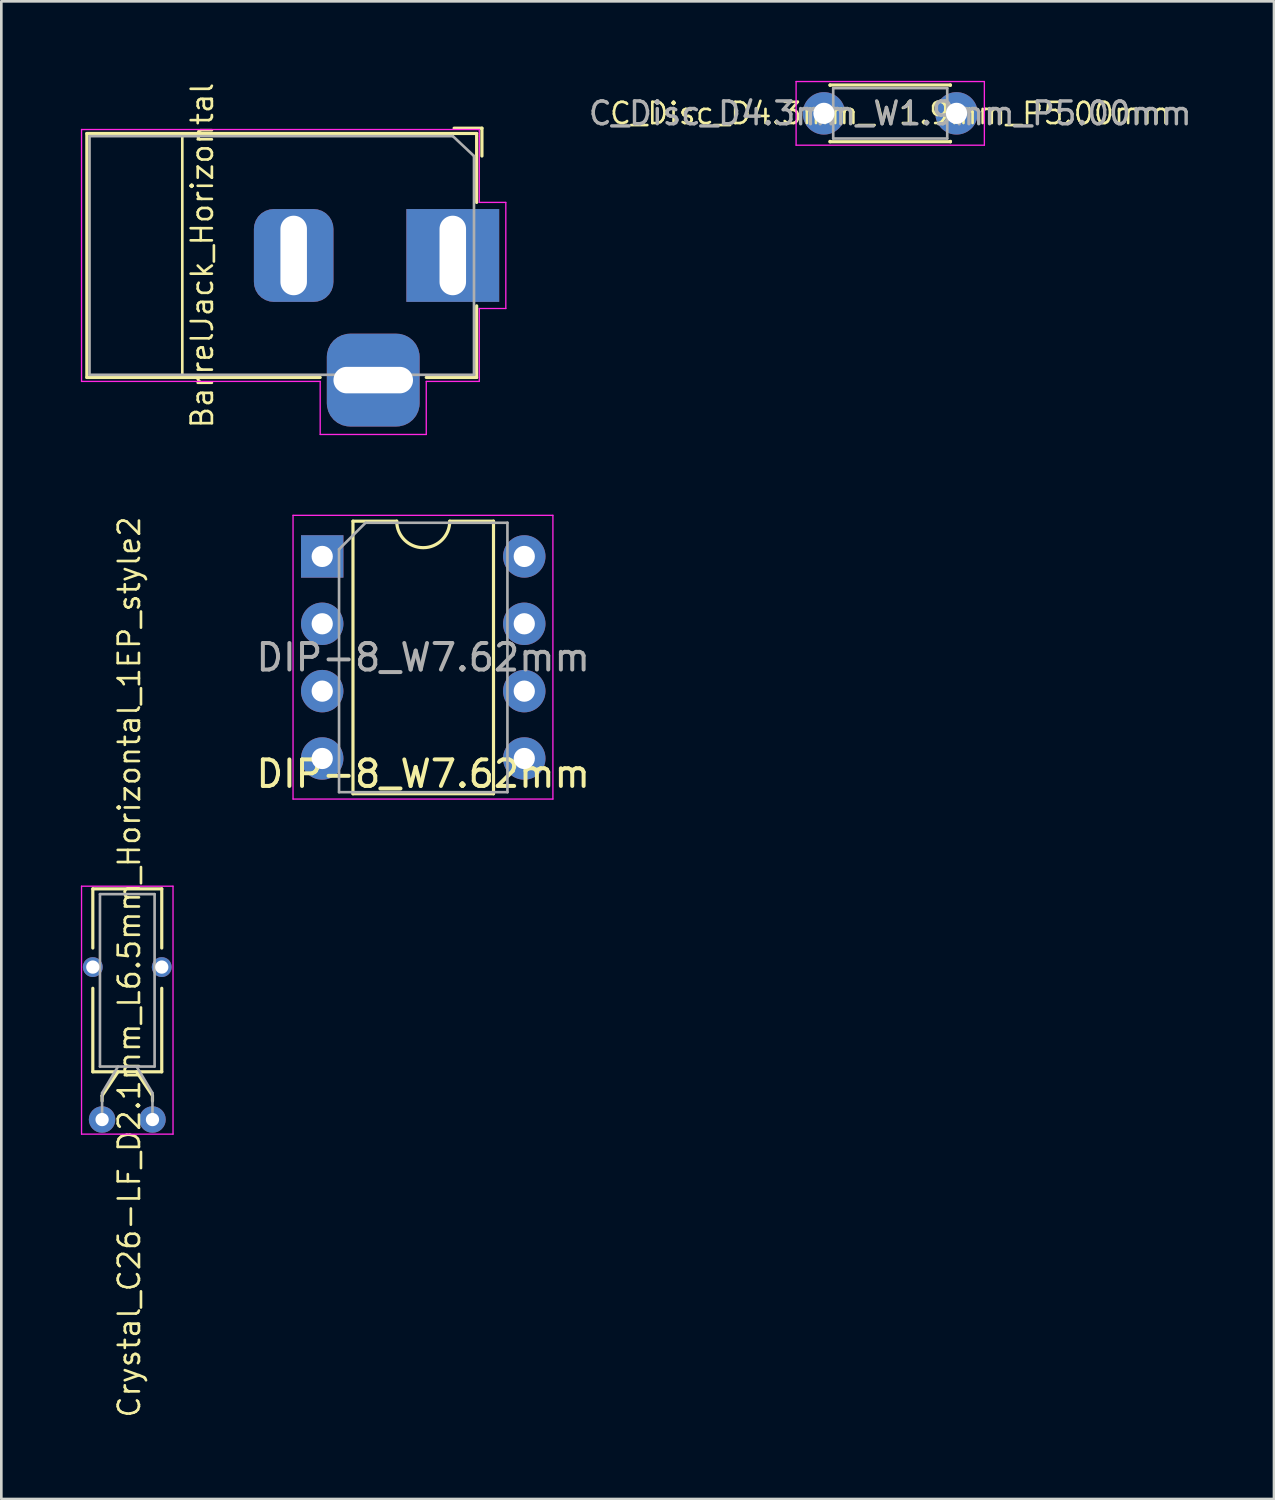
<source format=kicad_pcb>
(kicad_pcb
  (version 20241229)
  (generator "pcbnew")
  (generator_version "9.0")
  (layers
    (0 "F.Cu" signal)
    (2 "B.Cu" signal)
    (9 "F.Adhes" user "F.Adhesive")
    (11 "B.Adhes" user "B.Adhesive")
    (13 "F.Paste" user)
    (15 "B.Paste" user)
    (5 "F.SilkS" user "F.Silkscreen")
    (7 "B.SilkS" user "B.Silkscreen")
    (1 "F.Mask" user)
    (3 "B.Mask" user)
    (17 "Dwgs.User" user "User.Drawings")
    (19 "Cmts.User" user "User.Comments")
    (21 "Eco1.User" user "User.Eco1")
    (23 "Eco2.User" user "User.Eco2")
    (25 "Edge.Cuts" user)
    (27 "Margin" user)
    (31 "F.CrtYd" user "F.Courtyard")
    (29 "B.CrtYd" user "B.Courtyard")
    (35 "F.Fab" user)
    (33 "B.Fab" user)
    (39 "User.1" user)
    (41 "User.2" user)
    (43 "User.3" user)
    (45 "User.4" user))
  (footprint "DIP-8_W7.62mm"
    (layer "F.Cu")
    (at 9.101 17.934)
    (property "Reference" "DIP-8_W7.62mm" (at 3.81 8.2 0) (layer "F.SilkS") (effects (font (size 1 1) (thickness 0.15))))
    (attr through_hole)
    (fp_line (start 1.16 -1.33) (end 1.16 8.95) (stroke (width 0.12) (type solid)) (layer "F.SilkS"))
    (fp_line (start 1.16 8.95) (end 6.46 8.95) (stroke (width 0.12) (type solid)) (layer "F.SilkS"))
    (fp_line (start 2.81 -1.33) (end 1.16 -1.33) (stroke (width 0.12) (type solid)) (layer "F.SilkS"))
    (fp_line (start 6.46 -1.33) (end 4.81 -1.33) (stroke (width 0.12) (type solid)) (layer "F.SilkS"))
    (fp_line (start 6.46 8.95) (end 6.46 -1.33) (stroke (width 0.12) (type solid)) (layer "F.SilkS"))
    (fp_arc (start 4.81 -1.33) (mid 3.81 -0.33) (end 2.81 -1.33) (stroke (width 0.12) (type solid)) (layer "F.SilkS"))
    (fp_line (start -1.1 -1.55) (end -1.1 9.15) (stroke (width 0.05) (type solid)) (layer "F.CrtYd"))
    (fp_line (start -1.1 9.15) (end 8.7 9.15) (stroke (width 0.05) (type solid)) (layer "F.CrtYd"))
    (fp_line (start 8.7 -1.55) (end -1.1 -1.55) (stroke (width 0.05) (type solid)) (layer "F.CrtYd"))
    (fp_line (start 8.7 9.15) (end 8.7 -1.55) (stroke (width 0.05) (type solid)) (layer "F.CrtYd"))
    (fp_line (start 0.635 -0.27) (end 1.635 -1.27) (stroke (width 0.1) (type solid)) (layer "F.Fab"))
    (fp_line (start 0.635 8.89) (end 0.635 -0.27) (stroke (width 0.1) (type solid)) (layer "F.Fab"))
    (fp_line (start 1.635 -1.27) (end 6.985 -1.27) (stroke (width 0.1) (type solid)) (layer "F.Fab"))
    (fp_line (start 6.985 -1.27) (end 6.985 8.89) (stroke (width 0.1) (type solid)) (layer "F.Fab"))
    (fp_line (start 6.985 8.89) (end 0.635 8.89) (stroke (width 0.1) (type solid)) (layer "F.Fab"))
    (fp_text user "${REFERENCE}" (at 3.81 3.81 0) (layer "F.Fab") (effects (font (size 1 1) (thickness 0.15))))
    (pad "1" thru_hole rect (at 0 0) (size 1.6 1.6) (drill 0.8) (layers "*.Cu" "*.Mask"))
    (pad "2" thru_hole oval (at 0 2.54) (size 1.6 1.6) (drill 0.8) (layers "*.Cu" "*.Mask"))
    (pad "3" thru_hole oval (at 0 5.08) (size 1.6 1.6) (drill 0.8) (layers "*.Cu" "*.Mask"))
    (pad "4" thru_hole oval (at 0 7.62) (size 1.6 1.6) (drill 0.8) (layers "*.Cu" "*.Mask"))
    (pad "5" thru_hole oval (at 7.62 7.62) (size 1.6 1.6) (drill 0.8) (layers "*.Cu" "*.Mask"))
    (pad "6" thru_hole oval (at 7.62 5.08) (size 1.6 1.6) (drill 0.8) (layers "*.Cu" "*.Mask"))
    (pad "7" thru_hole oval (at 7.62 2.54) (size 1.6 1.6) (drill 0.8) (layers "*.Cu" "*.Mask"))
    (pad "8" thru_hole oval (at 7.62 0) (size 1.6 1.6) (drill 0.8) (layers "*.Cu" "*.Mask")))
  (footprint "C_Disc_D4.3mm_W1.9mm_P5.00mm"
    (layer "F.Cu")
    (at 28.022 1.225)
    (property "Reference" "C_Disc_D4.3mm_W1.9mm_P5.00mm" (at 2.5 0 0) (layer "F.SilkS") (effects (font (size 0.8 0.8) (thickness 0.1))))
    (attr through_hole)
    (fp_line (start 0.23 -1.07) (end 0.23 -1.055) (stroke (width 0.12) (type solid)) (layer "F.SilkS"))
    (fp_line (start 0.23 -1.07) (end 4.77 -1.07) (stroke (width 0.12) (type solid)) (layer "F.SilkS"))
    (fp_line (start 0.23 1.055) (end 0.23 1.07) (stroke (width 0.12) (type solid)) (layer "F.SilkS"))
    (fp_line (start 0.23 1.07) (end 4.77 1.07) (stroke (width 0.12) (type solid)) (layer "F.SilkS"))
    (fp_line (start 4.77 -1.07) (end 4.77 -1.055) (stroke (width 0.12) (type solid)) (layer "F.SilkS"))
    (fp_line (start 4.77 1.055) (end 4.77 1.07) (stroke (width 0.12) (type solid)) (layer "F.SilkS"))
    (fp_line (start -1.05 -1.2) (end -1.05 1.2) (stroke (width 0.05) (type solid)) (layer "F.CrtYd"))
    (fp_line (start -1.05 1.2) (end 6.05 1.2) (stroke (width 0.05) (type solid)) (layer "F.CrtYd"))
    (fp_line (start 6.05 -1.2) (end -1.05 -1.2) (stroke (width 0.05) (type solid)) (layer "F.CrtYd"))
    (fp_line (start 6.05 1.2) (end 6.05 -1.2) (stroke (width 0.05) (type solid)) (layer "F.CrtYd"))
    (fp_line (start 0.35 -0.95) (end 0.35 0.95) (stroke (width 0.1) (type solid)) (layer "F.Fab"))
    (fp_line (start 0.35 0.95) (end 4.65 0.95) (stroke (width 0.1) (type solid)) (layer "F.Fab"))
    (fp_line (start 4.65 -0.95) (end 0.35 -0.95) (stroke (width 0.1) (type solid)) (layer "F.Fab"))
    (fp_line (start 4.65 0.95) (end 4.65 -0.95) (stroke (width 0.1) (type solid)) (layer "F.Fab"))
    (fp_text user "${REFERENCE}" (at 2.5 0 0) (layer "F.Fab") (effects (font (size 0.86 0.86) (thickness 0.129))))
    (pad "1" thru_hole circle (at 0 0) (size 1.6 1.6) (drill 0.8) (layers "*.Cu" "*.Mask"))
    (pad "2" thru_hole circle (at 5 0) (size 1.6 1.6) (drill 0.8) (layers "*.Cu" "*.Mask")))
  (footprint "BarrelJack_Horizontal"
    (layer "F.Cu")
    (at 14.025 6.584)
    (property "Reference" "BarrelJack_Horizontal" (at -9.45 0 90) (layer "F.SilkS") (effects (font (size 0.8 0.8) (thickness 0.1))))
    (attr through_hole)
    (fp_line (start -13.8 -4.6) (end 0.9 -4.6) (stroke (width 0.12) (type solid)) (layer "F.SilkS"))
    (fp_line (start -13.8 4.6) (end -13.8 -4.6) (stroke (width 0.12) (type solid)) (layer "F.SilkS"))
    (fp_line (start -10.2 -4.5) (end -10.2 4.5) (stroke (width 0.1) (type solid)) (layer "F.SilkS"))
    (fp_line (start -5 4.6) (end -13.8 4.6) (stroke (width 0.12) (type solid)) (layer "F.SilkS"))
    (fp_line (start 0.05 -4.8) (end 1.1 -4.8) (stroke (width 0.12) (type solid)) (layer "F.SilkS"))
    (fp_line (start 0.9 -4.6) (end 0.9 -2) (stroke (width 0.12) (type solid)) (layer "F.SilkS"))
    (fp_line (start 0.9 1.9) (end 0.9 4.6) (stroke (width 0.12) (type solid)) (layer "F.SilkS"))
    (fp_line (start 0.9 4.6) (end -1 4.6) (stroke (width 0.12) (type solid)) (layer "F.SilkS"))
    (fp_line (start 1.1 -3.75) (end 1.1 -4.8) (stroke (width 0.12) (type solid)) (layer "F.SilkS"))
    (fp_line (start -14 4.75) (end -14 -4.75) (stroke (width 0.05) (type solid)) (layer "F.CrtYd"))
    (fp_line (start -5 4.75) (end -14 4.75) (stroke (width 0.05) (type solid)) (layer "F.CrtYd"))
    (fp_line (start -5 6.75) (end -5 4.75) (stroke (width 0.05) (type solid)) (layer "F.CrtYd"))
    (fp_line (start -1 4.75) (end -1 6.75) (stroke (width 0.05) (type solid)) (layer "F.CrtYd"))
    (fp_line (start -1 6.75) (end -5 6.75) (stroke (width 0.05) (type solid)) (layer "F.CrtYd"))
    (fp_line (start 1 -4.75) (end -14 -4.75) (stroke (width 0.05) (type solid)) (layer "F.CrtYd"))
    (fp_line (start 1 -4.5) (end 1 -4.75) (stroke (width 0.05) (type solid)) (layer "F.CrtYd"))
    (fp_line (start 1 -4.5) (end 1 -2) (stroke (width 0.05) (type solid)) (layer "F.CrtYd"))
    (fp_line (start 1 -2) (end 2 -2) (stroke (width 0.05) (type solid)) (layer "F.CrtYd"))
    (fp_line (start 1 2) (end 1 4.75) (stroke (width 0.05) (type solid)) (layer "F.CrtYd"))
    (fp_line (start 1 4.75) (end -1 4.75) (stroke (width 0.05) (type solid)) (layer "F.CrtYd"))
    (fp_line (start 2 -2) (end 2 2) (stroke (width 0.05) (type solid)) (layer "F.CrtYd"))
    (fp_line (start 2 2) (end 1 2) (stroke (width 0.05) (type solid)) (layer "F.CrtYd"))
    (fp_line (start -13.7 -4.5) (end -13.7 4.5) (stroke (width 0.1) (type solid)) (layer "F.Fab"))
    (fp_line (start -13.7 4.5) (end 0.8 4.5) (stroke (width 0.1) (type solid)) (layer "F.Fab"))
    (fp_line (start -0.003 -4.505) (end 0.8 -3.75) (stroke (width 0.1) (type solid)) (layer "F.Fab"))
    (fp_line (start 0 -4.5) (end -13.7 -4.5) (stroke (width 0.1) (type solid)) (layer "F.Fab"))
    (fp_line (start 0.8 4.5) (end 0.8 -3.75) (stroke (width 0.1) (type solid)) (layer "F.Fab"))
    (pad "1" thru_hole rect (at 0 0) (size 3.5 3.5) (drill oval 1 3) (layers "*.Cu" "*.Mask"))
    (pad "2" thru_hole roundrect (at -6 0) (size 3 3.5) (drill oval 1 3) (layers "*.Cu" "*.Mask") (roundrect_rratio 0.25))
    (pad "3" thru_hole roundrect (at -3 4.7) (size 3.5 3.5) (drill oval 3 1) (layers "*.Cu" "*.Mask") (roundrect_rratio 0.25)))
  (footprint "Crystal_C26-LF_D2.1mm_L6.5mm_Horizontal_1EP_style2"
    (layer "F.Cu")
    (at 0.8 30.67)
    (property "Reference" "Crystal_C26-LF_D2.1mm_L6.5mm_Horizontal_1EP_style2" (at 1.025 2.75 90) (layer "F.SilkS") (effects (font (size 0.8 0.8) (thickness 0.1))))
    (attr through_hole)
    (fp_line (start -0.35 2.032) (end -0.35 -0.2) (stroke (width 0.12) (type solid)) (layer "F.SilkS"))
    (fp_line (start -0.35 6.7) (end -0.35 3.55) (stroke (width 0.12) (type solid)) (layer "F.SilkS"))
    (fp_line (start 0 7.6) (end 0 7.8) (stroke (width 0.12) (type solid)) (layer "F.SilkS"))
    (fp_line (start 0.6 6.7) (end 0 7.6) (stroke (width 0.12) (type solid)) (layer "F.SilkS"))
    (fp_line (start 1.3 6.7) (end 1.9 7.6) (stroke (width 0.12) (type solid)) (layer "F.SilkS"))
    (fp_line (start 1.9 7.6) (end 1.9 7.8) (stroke (width 0.12) (type solid)) (layer "F.SilkS"))
    (fp_line (start 2.25 -0.2) (end -0.35 -0.2) (stroke (width 0.12) (type solid)) (layer "F.SilkS"))
    (fp_line (start 2.25 2.032) (end 2.25 -0.2) (stroke (width 0.12) (type solid)) (layer "F.SilkS"))
    (fp_line (start 2.25 3.55) (end 2.25 6.7) (stroke (width 0.12) (type solid)) (layer "F.SilkS"))
    (fp_line (start 2.25 6.7) (end -0.35 6.7) (stroke (width 0.12) (type solid)) (layer "F.SilkS"))
    (fp_line (start -0.775 -0.3) (end -0.775 9.05) (stroke (width 0.05) (type solid)) (layer "F.CrtYd"))
    (fp_line (start -0.775 9.05) (end 2.675 9.05) (stroke (width 0.05) (type solid)) (layer "F.CrtYd"))
    (fp_line (start 2.675 -0.3) (end -0.775 -0.3) (stroke (width 0.05) (type solid)) (layer "F.CrtYd"))
    (fp_line (start 2.675 9.05) (end 2.675 -0.3) (stroke (width 0.05) (type solid)) (layer "F.CrtYd"))
    (fp_line (start -0.08 0) (end -0.08 6.5) (stroke (width 0.1) (type solid)) (layer "F.Fab"))
    (fp_line (start -0.08 6.5) (end 1.98 6.5) (stroke (width 0.1) (type solid)) (layer "F.Fab"))
    (fp_line (start 0 7.5) (end 0 8.5) (stroke (width 0.1) (type solid)) (layer "F.Fab"))
    (fp_line (start 0.6 6.5) (end 0 7.5) (stroke (width 0.1) (type solid)) (layer "F.Fab"))
    (fp_line (start 1.3 6.5) (end 1.9 7.5) (stroke (width 0.1) (type solid)) (layer "F.Fab"))
    (fp_line (start 1.9 7.5) (end 1.9 8.5) (stroke (width 0.1) (type solid)) (layer "F.Fab"))
    (fp_line (start 1.98 0) (end -0.08 0) (stroke (width 0.1) (type solid)) (layer "F.Fab"))
    (fp_line (start 1.98 6.5) (end 1.98 0) (stroke (width 0.1) (type solid)) (layer "F.Fab"))
    (pad "1" thru_hole circle (at 1.9 8.5 180) (size 1 1) (drill 0.5) (layers "*.Cu" "*.Mask"))
    (pad "2" thru_hole circle (at 0 8.5 180) (size 1 1) (drill 0.5) (layers "*.Cu" "*.Mask"))
    (pad "3" thru_hole oval (at -0.35 2.75 180) (size 0.75 0.75) (drill 0.5) (layers "*.Cu" "*.Mask"))
    (pad "3" thru_hole oval (at 2.25 2.75 180) (size 0.75 0.75) (drill 0.5) (layers "*.Cu" "*.Mask")))
  (gr_rect
    (start -3 -3)
    (end 44.994 53.48)
    (stroke (width 0.1) (type default))
    (fill no)
    (layer "Edge.Cuts")))
</source>
